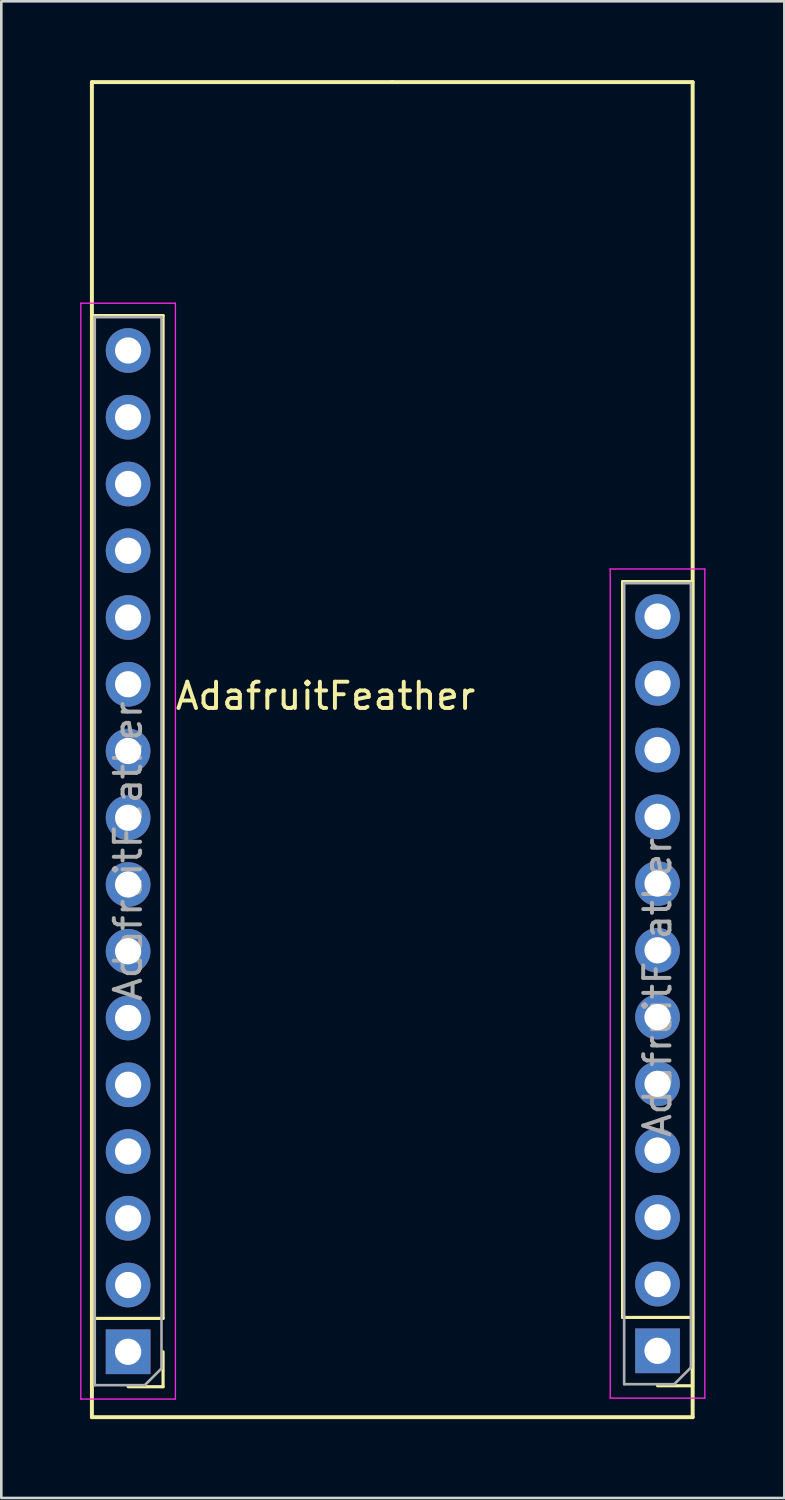
<source format=kicad_pcb>
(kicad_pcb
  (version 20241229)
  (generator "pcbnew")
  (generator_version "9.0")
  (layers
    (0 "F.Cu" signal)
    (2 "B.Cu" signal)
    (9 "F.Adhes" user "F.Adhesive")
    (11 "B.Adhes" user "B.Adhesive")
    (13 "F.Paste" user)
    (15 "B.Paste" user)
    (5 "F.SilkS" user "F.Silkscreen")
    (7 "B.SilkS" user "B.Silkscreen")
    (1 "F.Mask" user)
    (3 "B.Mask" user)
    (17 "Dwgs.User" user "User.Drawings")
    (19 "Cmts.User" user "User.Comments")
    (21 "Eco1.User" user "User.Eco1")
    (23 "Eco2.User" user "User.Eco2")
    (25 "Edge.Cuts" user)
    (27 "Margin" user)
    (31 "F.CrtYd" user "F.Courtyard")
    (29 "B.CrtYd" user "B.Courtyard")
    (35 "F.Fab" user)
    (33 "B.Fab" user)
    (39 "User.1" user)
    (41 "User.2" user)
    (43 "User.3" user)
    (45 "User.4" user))
  (footprint "AdafruitFeather"
    (layer "F.Cu")
    (at 11.877 25.475)
    (property "Reference" "AdafruitFeather" (at -2.54 -2.04 0) (layer "F.SilkS") (effects (font (size 1 1) (thickness 0.15))))
    (attr through_hole)
    (fp_line (start -11.43 -25.4) (end -11.43 25.4) (stroke (width 0.15) (type solid)) (layer "F.SilkS"))
    (fp_line (start -11.43 25.4) (end 11.43 25.4) (stroke (width 0.15) (type solid)) (layer "F.SilkS"))
    (fp_line (start -11.382 21.642) (end -11.382 -16.518) (stroke (width 0.12) (type solid)) (layer "F.SilkS"))
    (fp_line (start -8.722 -16.518) (end -11.382 -16.518) (stroke (width 0.12) (type solid)) (layer "F.SilkS"))
    (fp_line (start -8.722 21.642) (end -11.382 21.642) (stroke (width 0.12) (type solid)) (layer "F.SilkS"))
    (fp_line (start -8.722 21.642) (end -8.722 -16.518) (stroke (width 0.12) (type solid)) (layer "F.SilkS"))
    (fp_line (start -8.722 22.912) (end -8.722 24.242) (stroke (width 0.12) (type solid)) (layer "F.SilkS"))
    (fp_line (start -8.722 24.242) (end -10.052 24.242) (stroke (width 0.12) (type solid)) (layer "F.SilkS"))
    (fp_line (start 0 -25.4) (end -11.43 -25.4) (stroke (width 0.15) (type solid)) (layer "F.SilkS"))
    (fp_line (start 8.763 21.606) (end 8.763 -6.394) (stroke (width 0.12) (type solid)) (layer "F.SilkS"))
    (fp_line (start 11.423 -6.394) (end 8.763 -6.394) (stroke (width 0.12) (type solid)) (layer "F.SilkS"))
    (fp_line (start 11.423 21.606) (end 8.763 21.606) (stroke (width 0.12) (type solid)) (layer "F.SilkS"))
    (fp_line (start 11.423 21.606) (end 11.423 -6.394) (stroke (width 0.12) (type solid)) (layer "F.SilkS"))
    (fp_line (start 11.423 22.876) (end 11.423 24.206) (stroke (width 0.12) (type solid)) (layer "F.SilkS"))
    (fp_line (start 11.423 24.206) (end 10.093 24.206) (stroke (width 0.12) (type solid)) (layer "F.SilkS"))
    (fp_line (start 11.43 -25.4) (end 0 -25.4) (stroke (width 0.15) (type solid)) (layer "F.SilkS"))
    (fp_line (start 11.43 25.4) (end 11.43 -25.4) (stroke (width 0.15) (type solid)) (layer "F.SilkS"))
    (fp_line (start -11.852 -16.988) (end -11.852 24.712) (stroke (width 0.05) (type solid)) (layer "F.CrtYd"))
    (fp_line (start -11.852 24.712) (end -8.252 24.712) (stroke (width 0.05) (type solid)) (layer "F.CrtYd"))
    (fp_line (start -8.252 -16.988) (end -11.852 -16.988) (stroke (width 0.05) (type solid)) (layer "F.CrtYd"))
    (fp_line (start -8.252 24.712) (end -8.252 -16.988) (stroke (width 0.05) (type solid)) (layer "F.CrtYd"))
    (fp_line (start 8.293 -6.874) (end 8.293 24.676) (stroke (width 0.05) (type solid)) (layer "F.CrtYd"))
    (fp_line (start 8.293 24.676) (end 11.893 24.676) (stroke (width 0.05) (type solid)) (layer "F.CrtYd"))
    (fp_line (start 11.893 -6.874) (end 8.293 -6.874) (stroke (width 0.05) (type solid)) (layer "F.CrtYd"))
    (fp_line (start 11.893 24.676) (end 11.893 -6.874) (stroke (width 0.05) (type solid)) (layer "F.CrtYd"))
    (fp_line (start -11.322 -16.458) (end -8.782 -16.458) (stroke (width 0.1) (type solid)) (layer "F.Fab"))
    (fp_line (start -11.322 24.182) (end -11.322 -16.458) (stroke (width 0.1) (type solid)) (layer "F.Fab"))
    (fp_line (start -9.417 24.182) (end -11.322 24.182) (stroke (width 0.1) (type solid)) (layer "F.Fab"))
    (fp_line (start -8.782 -16.458) (end -8.782 23.547) (stroke (width 0.1) (type solid)) (layer "F.Fab"))
    (fp_line (start -8.782 23.547) (end -9.417 24.182) (stroke (width 0.1) (type solid)) (layer "F.Fab"))
    (fp_line (start 8.823 -6.334) (end 11.363 -6.334) (stroke (width 0.1) (type solid)) (layer "F.Fab"))
    (fp_line (start 8.823 24.146) (end 8.823 -6.334) (stroke (width 0.1) (type solid)) (layer "F.Fab"))
    (fp_line (start 10.728 24.146) (end 8.823 24.146) (stroke (width 0.1) (type solid)) (layer "F.Fab"))
    (fp_line (start 11.363 -6.334) (end 11.363 23.511) (stroke (width 0.1) (type solid)) (layer "F.Fab"))
    (fp_line (start 11.363 23.511) (end 10.728 24.146) (stroke (width 0.1) (type solid)) (layer "F.Fab"))
    (fp_text user "${REFERENCE}" (at 10.093 9.042 270) (layer "F.Fab") (effects (font (size 1 1) (thickness 0.15))))
    (fp_text user "${REFERENCE}" (at -10.052 3.862 270) (layer "F.Fab") (effects (font (size 1 1) (thickness 0.15))))
    (pad "1" thru_hole rect (at -10.052 22.912 180) (size 1.7 1.7) (drill 1) (layers "*.Cu" "*.Mask"))
    (pad "2" thru_hole oval (at -10.052 20.372 180) (size 1.7 1.7) (drill 1) (layers "*.Cu" "*.Mask"))
    (pad "3" thru_hole oval (at -10.052 17.832 180) (size 1.7 1.7) (drill 1) (layers "*.Cu" "*.Mask"))
    (pad "4" thru_hole oval (at -10.052 15.292 180) (size 1.7 1.7) (drill 1) (layers "*.Cu" "*.Mask"))
    (pad "5" thru_hole oval (at -10.052 12.752 180) (size 1.7 1.7) (drill 1) (layers "*.Cu" "*.Mask"))
    (pad "6" thru_hole oval (at -10.052 10.212 180) (size 1.7 1.7) (drill 1) (layers "*.Cu" "*.Mask"))
    (pad "7" thru_hole oval (at -10.052 7.672 180) (size 1.7 1.7) (drill 1) (layers "*.Cu" "*.Mask"))
    (pad "8" thru_hole oval (at -10.052 5.132 180) (size 1.7 1.7) (drill 1) (layers "*.Cu" "*.Mask"))
    (pad "9" thru_hole oval (at -10.052 2.592 180) (size 1.7 1.7) (drill 1) (layers "*.Cu" "*.Mask"))
    (pad "10" thru_hole oval (at -10.052 0.052 180) (size 1.7 1.7) (drill 1) (layers "*.Cu" "*.Mask"))
    (pad "11" thru_hole oval (at -10.052 -2.488) (size 1.7 1.7) (drill 1) (layers "*.Cu" "*.Mask"))
    (pad "12" thru_hole oval (at -10.052 -5.028 180) (size 1.7 1.7) (drill 1) (layers "*.Cu" "*.Mask"))
    (pad "13" thru_hole oval (at -10.052 -7.568 180) (size 1.7 1.7) (drill 1) (layers "*.Cu" "*.Mask"))
    (pad "14" thru_hole oval (at -10.052 -10.108 180) (size 1.7 1.7) (drill 1) (layers "*.Cu" "*.Mask"))
    (pad "15" thru_hole oval (at -10.052 -12.648 180) (size 1.7 1.7) (drill 1) (layers "*.Cu" "*.Mask"))
    (pad "16" thru_hole oval (at -10.052 -15.188 180) (size 1.7 1.7) (drill 1) (layers "*.Cu" "*.Mask"))
    (pad "17" thru_hole oval (at 10.093 -5.064 180) (size 1.7 1.7) (drill 1) (layers "*.Cu" "*.Mask"))
    (pad "18" thru_hole oval (at 10.093 -2.524 180) (size 1.7 1.7) (drill 1) (layers "*.Cu" "*.Mask"))
    (pad "19" thru_hole oval (at 10.093 0.016 180) (size 1.7 1.7) (drill 1) (layers "*.Cu" "*.Mask"))
    (pad "20" thru_hole oval (at 10.093 2.556 180) (size 1.7 1.7) (drill 1) (layers "*.Cu" "*.Mask"))
    (pad "21" thru_hole oval (at 10.093 5.096 180) (size 1.7 1.7) (drill 1) (layers "*.Cu" "*.Mask"))
    (pad "22" thru_hole oval (at 10.093 7.636 180) (size 1.7 1.7) (drill 1) (layers "*.Cu" "*.Mask"))
    (pad "23" thru_hole oval (at 10.093 10.176 180) (size 1.7 1.7) (drill 1) (layers "*.Cu" "*.Mask"))
    (pad "24" thru_hole oval (at 10.093 12.716 180) (size 1.7 1.7) (drill 1) (layers "*.Cu" "*.Mask"))
    (pad "25" thru_hole oval (at 10.093 15.256 180) (size 1.7 1.7) (drill 1) (layers "*.Cu" "*.Mask"))
    (pad "26" thru_hole oval (at 10.093 17.796 180) (size 1.7 1.7) (drill 1) (layers "*.Cu" "*.Mask"))
    (pad "27" thru_hole oval (at 10.093 20.336 180) (size 1.7 1.7) (drill 1) (layers "*.Cu" "*.Mask"))
    (pad "28" thru_hole rect (at 10.093 22.876 180) (size 1.7 1.7) (drill 1) (layers "*.Cu" "*.Mask")))
  (gr_rect
    (start -3 -3)
    (end 26.795 53.95)
    (stroke (width 0.1) (type default))
    (fill no)
    (layer "Edge.Cuts")))
</source>
